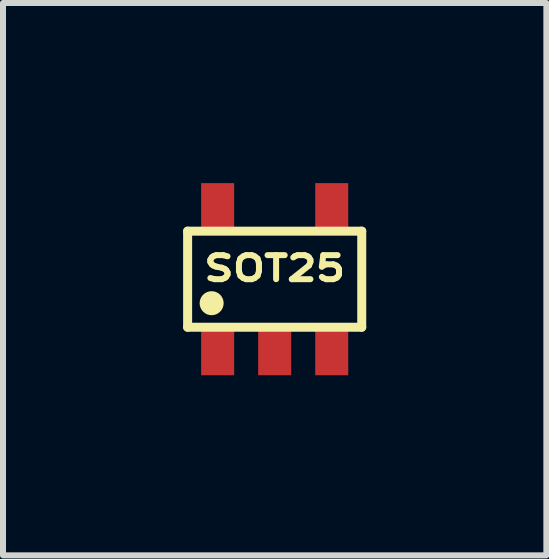
<source format=kicad_pcb>
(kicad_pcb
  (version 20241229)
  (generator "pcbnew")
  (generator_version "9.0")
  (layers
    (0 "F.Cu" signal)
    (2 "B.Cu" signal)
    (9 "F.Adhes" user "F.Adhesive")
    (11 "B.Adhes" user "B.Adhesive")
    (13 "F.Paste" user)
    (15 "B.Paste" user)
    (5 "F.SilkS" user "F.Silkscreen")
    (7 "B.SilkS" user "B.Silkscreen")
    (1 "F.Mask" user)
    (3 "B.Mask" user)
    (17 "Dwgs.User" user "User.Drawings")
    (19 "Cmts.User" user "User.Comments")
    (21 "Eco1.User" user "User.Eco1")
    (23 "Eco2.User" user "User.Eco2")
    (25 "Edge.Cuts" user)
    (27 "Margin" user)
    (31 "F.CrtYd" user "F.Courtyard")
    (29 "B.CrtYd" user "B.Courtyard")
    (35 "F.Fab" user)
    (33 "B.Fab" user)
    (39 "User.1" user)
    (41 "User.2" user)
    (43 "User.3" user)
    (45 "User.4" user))
  (footprint "SOT25"
    (layer "F.Cu")
    (at 1.525 1.6)
    (property "Reference" "SOT25" (at 0 -0.18 0) (layer "F.SilkS") (effects (font (size 0.4 0.5) (thickness 0.1))))
    (attr smd)
    (fp_line (start -1.45 -0.8) (end 1.45 -0.8) (stroke (width 0.15) (type solid)) (layer "F.SilkS"))
    (fp_line (start -1.45 0.8) (end -1.45 -0.8) (stroke (width 0.15) (type solid)) (layer "F.SilkS"))
    (fp_line (start 1.45 -0.8) (end 1.45 0.8) (stroke (width 0.15) (type solid)) (layer "F.SilkS"))
    (fp_line (start 1.45 0.8) (end -1.45 0.8) (stroke (width 0.15) (type solid)) (layer "F.SilkS"))
    (fp_circle (center -1.05 0.4) (end -0.95 0.4) (stroke (width 0.2) (type solid)) (fill no) (layer "F.SilkS"))
    (pad "1" smd rect (at -0.95 1.2) (size 0.55 0.8) (layers "F.Cu" "F.Mask" "F.Paste"))
    (pad "2" smd rect (at 0 1.2) (size 0.55 0.8) (layers "F.Cu" "F.Mask" "F.Paste"))
    (pad "3" smd rect (at 0.95 1.2) (size 0.55 0.8) (layers "F.Cu" "F.Mask" "F.Paste"))
    (pad "4" smd rect (at 0.95 -1.2) (size 0.55 0.8) (layers "F.Cu" "F.Mask" "F.Paste"))
    (pad "5" smd rect (at -0.95 -1.2) (size 0.55 0.8) (layers "F.Cu" "F.Mask" "F.Paste")))
  (gr_rect
    (start -3 -3)
    (end 6.05 6.2)
    (stroke (width 0.1) (type default))
    (fill no)
    (layer "Edge.Cuts")))
</source>
